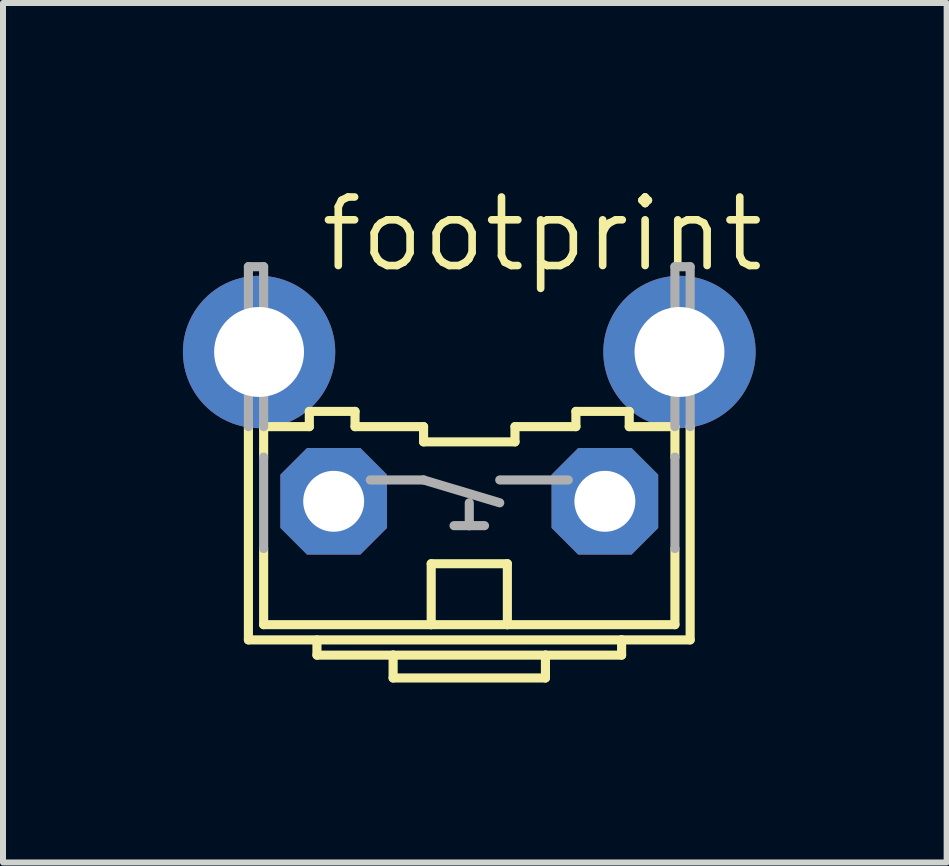
<source format=kicad_pcb>
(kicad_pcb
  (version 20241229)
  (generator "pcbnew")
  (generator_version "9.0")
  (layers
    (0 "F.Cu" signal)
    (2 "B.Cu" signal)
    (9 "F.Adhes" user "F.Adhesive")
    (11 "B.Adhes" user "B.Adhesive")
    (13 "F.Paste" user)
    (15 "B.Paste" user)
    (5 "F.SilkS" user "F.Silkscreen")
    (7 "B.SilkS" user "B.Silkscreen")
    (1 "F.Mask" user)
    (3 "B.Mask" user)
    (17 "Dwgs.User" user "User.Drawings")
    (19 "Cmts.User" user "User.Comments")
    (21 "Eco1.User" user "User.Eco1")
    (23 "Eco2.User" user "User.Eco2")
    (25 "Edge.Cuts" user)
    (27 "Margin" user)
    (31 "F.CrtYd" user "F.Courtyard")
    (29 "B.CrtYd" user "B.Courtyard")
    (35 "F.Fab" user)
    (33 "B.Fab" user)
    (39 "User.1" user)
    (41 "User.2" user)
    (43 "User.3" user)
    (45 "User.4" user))
  (footprint "footprint"
    (layer "F.Cu")
    (at 4.775 4.064)
    (property "Reference" "footprint" (at -2.54 -2.54 0) (layer "F.SilkS") (effects (font (size 1.143 1.143) (thickness 0.127)) (justify left bottom)))
    (fp_line (start -3.683 0) (end -3.683 3.556) (stroke (width 0.152) (type solid)) (layer "F.SilkS"))
    (fp_line (start -3.429 0) (end -2.667 0) (stroke (width 0.152) (type solid)) (layer "F.SilkS"))
    (fp_line (start -3.429 0.508) (end -3.429 0) (stroke (width 0.152) (type solid)) (layer "F.SilkS"))
    (fp_line (start -3.429 2.032) (end -3.429 3.302) (stroke (width 0.152) (type solid)) (layer "F.SilkS"))
    (fp_line (start -3.429 3.302) (end -0.635 3.302) (stroke (width 0.152) (type solid)) (layer "F.SilkS"))
    (fp_line (start -2.667 -0.254) (end -2.667 0) (stroke (width 0.152) (type solid)) (layer "F.SilkS"))
    (fp_line (start -2.667 -0.254) (end -1.905 -0.254) (stroke (width 0.152) (type solid)) (layer "F.SilkS"))
    (fp_line (start -2.54 3.556) (end -2.54 3.81) (stroke (width 0.152) (type solid)) (layer "F.SilkS"))
    (fp_line (start -2.54 3.81) (end -1.27 3.81) (stroke (width 0.152) (type solid)) (layer "F.SilkS"))
    (fp_line (start -1.905 0) (end -1.905 -0.254) (stroke (width 0.152) (type solid)) (layer "F.SilkS"))
    (fp_line (start -1.905 0) (end -0.762 0) (stroke (width 0.152) (type solid)) (layer "F.SilkS"))
    (fp_line (start -1.27 3.81) (end -1.27 4.191) (stroke (width 0.152) (type solid)) (layer "F.SilkS"))
    (fp_line (start -1.27 3.81) (end 1.27 3.81) (stroke (width 0.152) (type solid)) (layer "F.SilkS"))
    (fp_line (start -1.27 4.191) (end 1.27 4.191) (stroke (width 0.152) (type solid)) (layer "F.SilkS"))
    (fp_line (start -0.762 0.254) (end -0.762 0) (stroke (width 0.152) (type solid)) (layer "F.SilkS"))
    (fp_line (start -0.762 0.254) (end 0.762 0.254) (stroke (width 0.152) (type solid)) (layer "F.SilkS"))
    (fp_line (start -0.635 2.286) (end 0.635 2.286) (stroke (width 0.152) (type solid)) (layer "F.SilkS"))
    (fp_line (start -0.635 3.302) (end -0.635 2.286) (stroke (width 0.152) (type solid)) (layer "F.SilkS"))
    (fp_line (start -0.635 3.302) (end 0.635 3.302) (stroke (width 0.152) (type solid)) (layer "F.SilkS"))
    (fp_line (start 0.635 3.302) (end 0.635 2.286) (stroke (width 0.152) (type solid)) (layer "F.SilkS"))
    (fp_line (start 0.635 3.302) (end 3.429 3.302) (stroke (width 0.152) (type solid)) (layer "F.SilkS"))
    (fp_line (start 0.762 0) (end 0.762 0.254) (stroke (width 0.152) (type solid)) (layer "F.SilkS"))
    (fp_line (start 0.762 0) (end 1.778 0) (stroke (width 0.152) (type solid)) (layer "F.SilkS"))
    (fp_line (start 1.27 3.81) (end 1.27 4.191) (stroke (width 0.152) (type solid)) (layer "F.SilkS"))
    (fp_line (start 1.27 3.81) (end 2.54 3.81) (stroke (width 0.152) (type solid)) (layer "F.SilkS"))
    (fp_line (start 1.778 -0.254) (end 2.667 -0.254) (stroke (width 0.152) (type solid)) (layer "F.SilkS"))
    (fp_line (start 1.778 0) (end 1.778 -0.254) (stroke (width 0.152) (type solid)) (layer "F.SilkS"))
    (fp_line (start 2.54 3.556) (end -3.683 3.556) (stroke (width 0.152) (type solid)) (layer "F.SilkS"))
    (fp_line (start 2.54 3.556) (end 2.54 3.81) (stroke (width 0.152) (type solid)) (layer "F.SilkS"))
    (fp_line (start 2.667 0) (end 2.667 -0.254) (stroke (width 0.152) (type solid)) (layer "F.SilkS"))
    (fp_line (start 2.667 0) (end 3.429 0) (stroke (width 0.152) (type solid)) (layer "F.SilkS"))
    (fp_line (start 3.429 0.508) (end 3.429 0) (stroke (width 0.152) (type solid)) (layer "F.SilkS"))
    (fp_line (start 3.429 2.032) (end 3.429 3.302) (stroke (width 0.152) (type solid)) (layer "F.SilkS"))
    (fp_line (start 3.683 0) (end 3.683 3.556) (stroke (width 0.152) (type solid)) (layer "F.SilkS"))
    (fp_line (start 3.683 3.556) (end 2.54 3.556) (stroke (width 0.152) (type solid)) (layer "F.SilkS"))
    (fp_line (start -3.683 -2.667) (end -3.429 -2.667) (stroke (width 0.152) (type solid)) (layer "F.Fab"))
    (fp_line (start -3.683 0) (end -3.683 -2.667) (stroke (width 0.152) (type solid)) (layer "F.Fab"))
    (fp_line (start -3.429 -2.667) (end -3.429 0) (stroke (width 0.152) (type solid)) (layer "F.Fab"))
    (fp_line (start -3.429 0.508) (end -3.429 2.032) (stroke (width 0.152) (type solid)) (layer "F.Fab"))
    (fp_line (start -1.651 0.889) (end -0.762 0.889) (stroke (width 0.152) (type solid)) (layer "F.Fab"))
    (fp_line (start -0.762 0.889) (end 0.508 1.27) (stroke (width 0.152) (type solid)) (layer "F.Fab"))
    (fp_line (start -0.254 1.651) (end 0 1.651) (stroke (width 0.152) (type solid)) (layer "F.Fab"))
    (fp_line (start 0 1.27) (end 0 1.651) (stroke (width 0.152) (type solid)) (layer "F.Fab"))
    (fp_line (start 0 1.651) (end 0.254 1.651) (stroke (width 0.152) (type solid)) (layer "F.Fab"))
    (fp_line (start 0.508 0.889) (end 1.651 0.889) (stroke (width 0.152) (type solid)) (layer "F.Fab"))
    (fp_line (start 3.429 -2.667) (end 3.683 -2.667) (stroke (width 0.152) (type solid)) (layer "F.Fab"))
    (fp_line (start 3.429 0) (end 3.429 -2.667) (stroke (width 0.152) (type solid)) (layer "F.Fab"))
    (fp_line (start 3.429 0.508) (end 3.429 2.032) (stroke (width 0.152) (type solid)) (layer "F.Fab"))
    (fp_line (start 3.683 -2.667) (end 3.683 0) (stroke (width 0.152) (type solid)) (layer "F.Fab"))
    (pad "1" thru_hole roundrect (at -2.261 1.245) (size 1.778 1.778) (drill 1.016) (layers "*.Cu" "*.Mask") (roundrect_rratio 0.25) (chamfer_ratio 0.25) (chamfer top_left top_right bottom_left bottom_right))
    (pad "2" thru_hole roundrect (at 2.261 1.245) (size 1.778 1.778) (drill 1.016) (layers "*.Cu" "*.Mask") (roundrect_rratio 0.25) (chamfer_ratio 0.25) (chamfer top_left top_right bottom_left bottom_right))
    (pad "3" thru_hole circle (at -3.505 -1.245) (size 2.54 2.54) (drill 1.499) (layers "*.Cu" "*.Mask"))
    (pad "4" thru_hole circle (at 3.505 -1.245) (size 2.54 2.54) (drill 1.499) (layers "*.Cu" "*.Mask")))
  (gr_rect
    (start -3 -3)
    (end 12.735 11.331)
    (stroke (width 0.1) (type default))
    (fill no)
    (layer "Edge.Cuts")))
</source>
